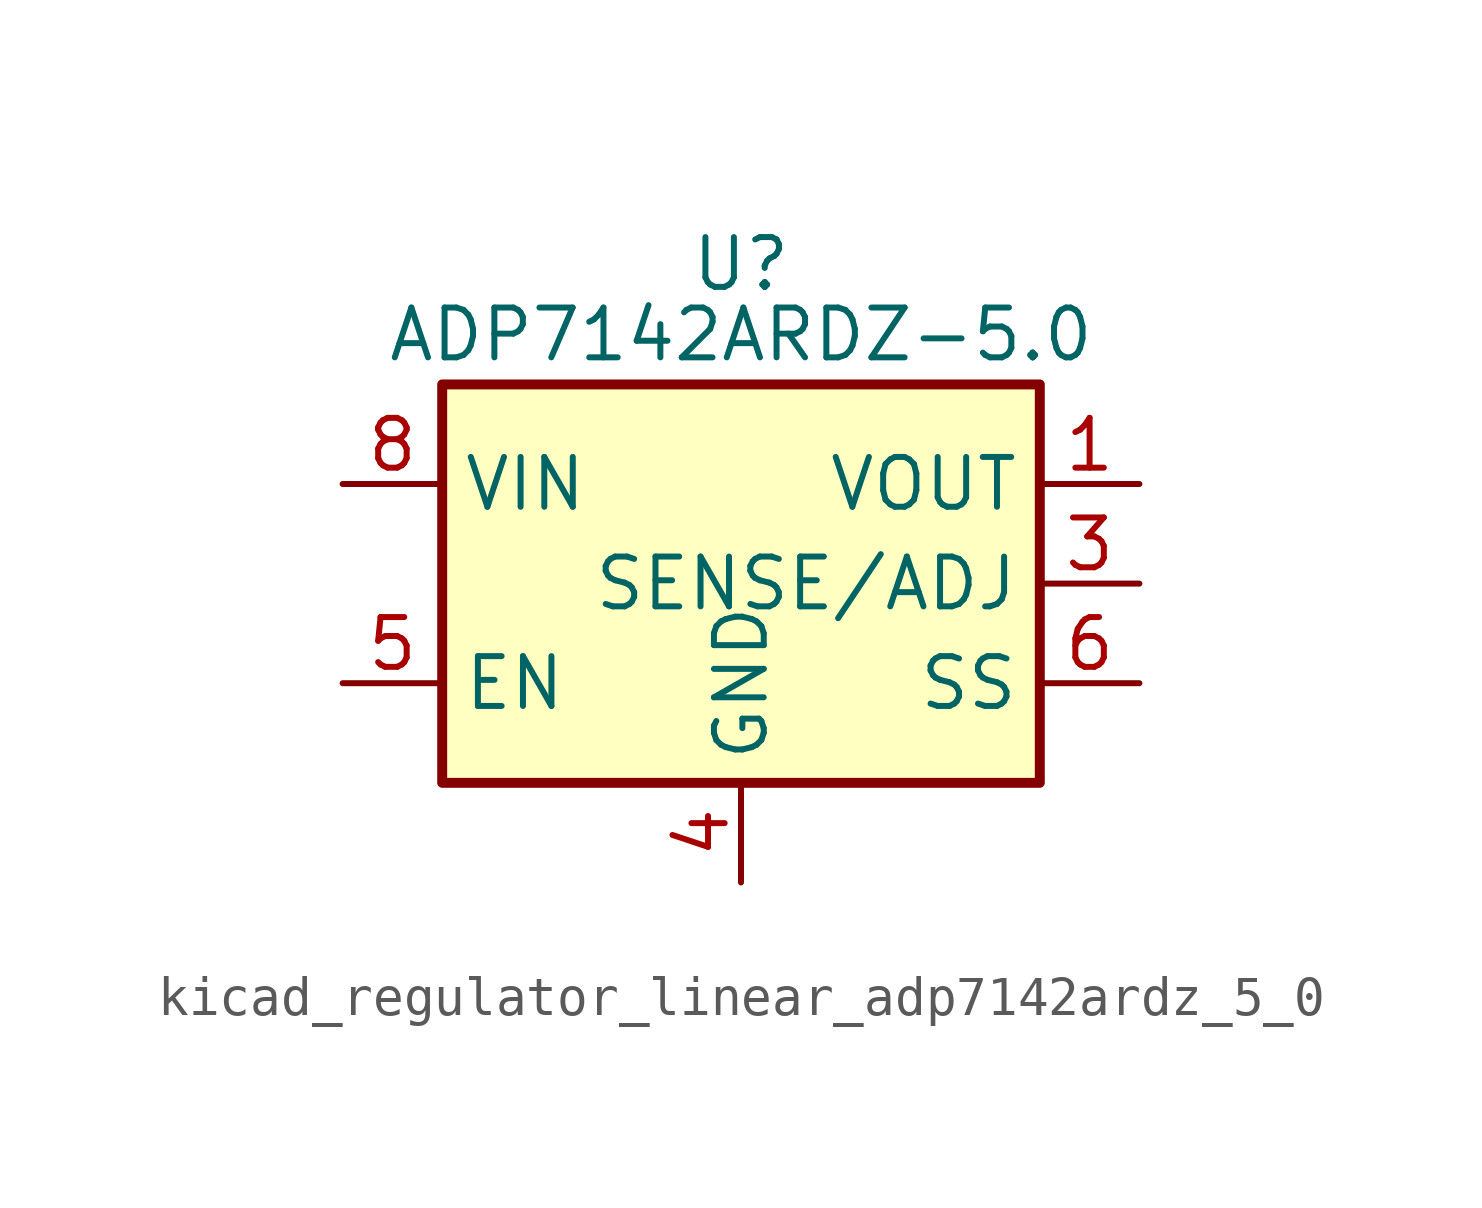
<source format=kicad_sym>
(kicad_symbol_lib
  (version 20220914)
  (generator kicad_symbol_editor)
  (symbol "kicad_regulator_linear_adp7142ardz_5_0"
    (property "Reference" "U"
      (at 0 8.89 0)
      (effects (font (size 1.27 1.27)) (justify top)))
    (property "Value" "ADP7142ARDZ-5.0"
      (at 0 6.35 0)
      (effects (font (size 1.27 1.27))))
    (symbol "kicad_regulator_linear_adp7142ardz_5_0_0_1"
      (rectangle (start -7.62 5.08) (end 7.62 -5.08) (stroke (width 0.254) (type default)) (fill (type background))))
    (symbol "kicad_regulator_linear_adp7142ardz_5_0_1_1"
      (pin power_out line (at 10.16 2.54 180) (length 2.54) (name "VOUT" (effects (font (size 1.27 1.27)))) (number "1" (effects (font (size 1.27 1.27)))))
      (pin passive line (at 10.16 2.54 180) (length 2.54) hide (name "VOUT" (effects (font (size 1.27 1.27)))) (number "2" (effects (font (size 1.27 1.27)))))
      (pin input line (at 10.16 0 180) (length 2.54) (name "SENSE/ADJ" (effects (font (size 1.27 1.27)))) (number "3" (effects (font (size 1.27 1.27)))))
      (pin power_in line (at 0 -7.62 90) (length 2.54) (name "GND" (effects (font (size 1.27 1.27)))) (number "4" (effects (font (size 1.27 1.27)))))
      (pin input line (at -10.16 -2.54 0) (length 2.54) (name "EN" (effects (font (size 1.27 1.27)))) (number "5" (effects (font (size 1.27 1.27)))))
      (pin passive line (at 10.16 -2.54 180) (length 2.54) (name "SS" (effects (font (size 1.27 1.27)))) (number "6" (effects (font (size 1.27 1.27)))))
      (pin passive line (at -10.16 2.54 0) (length 2.54) hide (name "VIN" (effects (font (size 1.27 1.27)))) (number "7" (effects (font (size 1.27 1.27)))))
      (pin power_in line (at -10.16 2.54 0) (length 2.54) (name "VIN" (effects (font (size 1.27 1.27)))) (number "8" (effects (font (size 1.27 1.27)))))
      (pin passive line (at 0 -7.62 90) (length 2.54) hide (name "GND" (effects (font (size 1.27 1.27)))) (number "9" (effects (font (size 1.27 1.27))))))))
</source>
